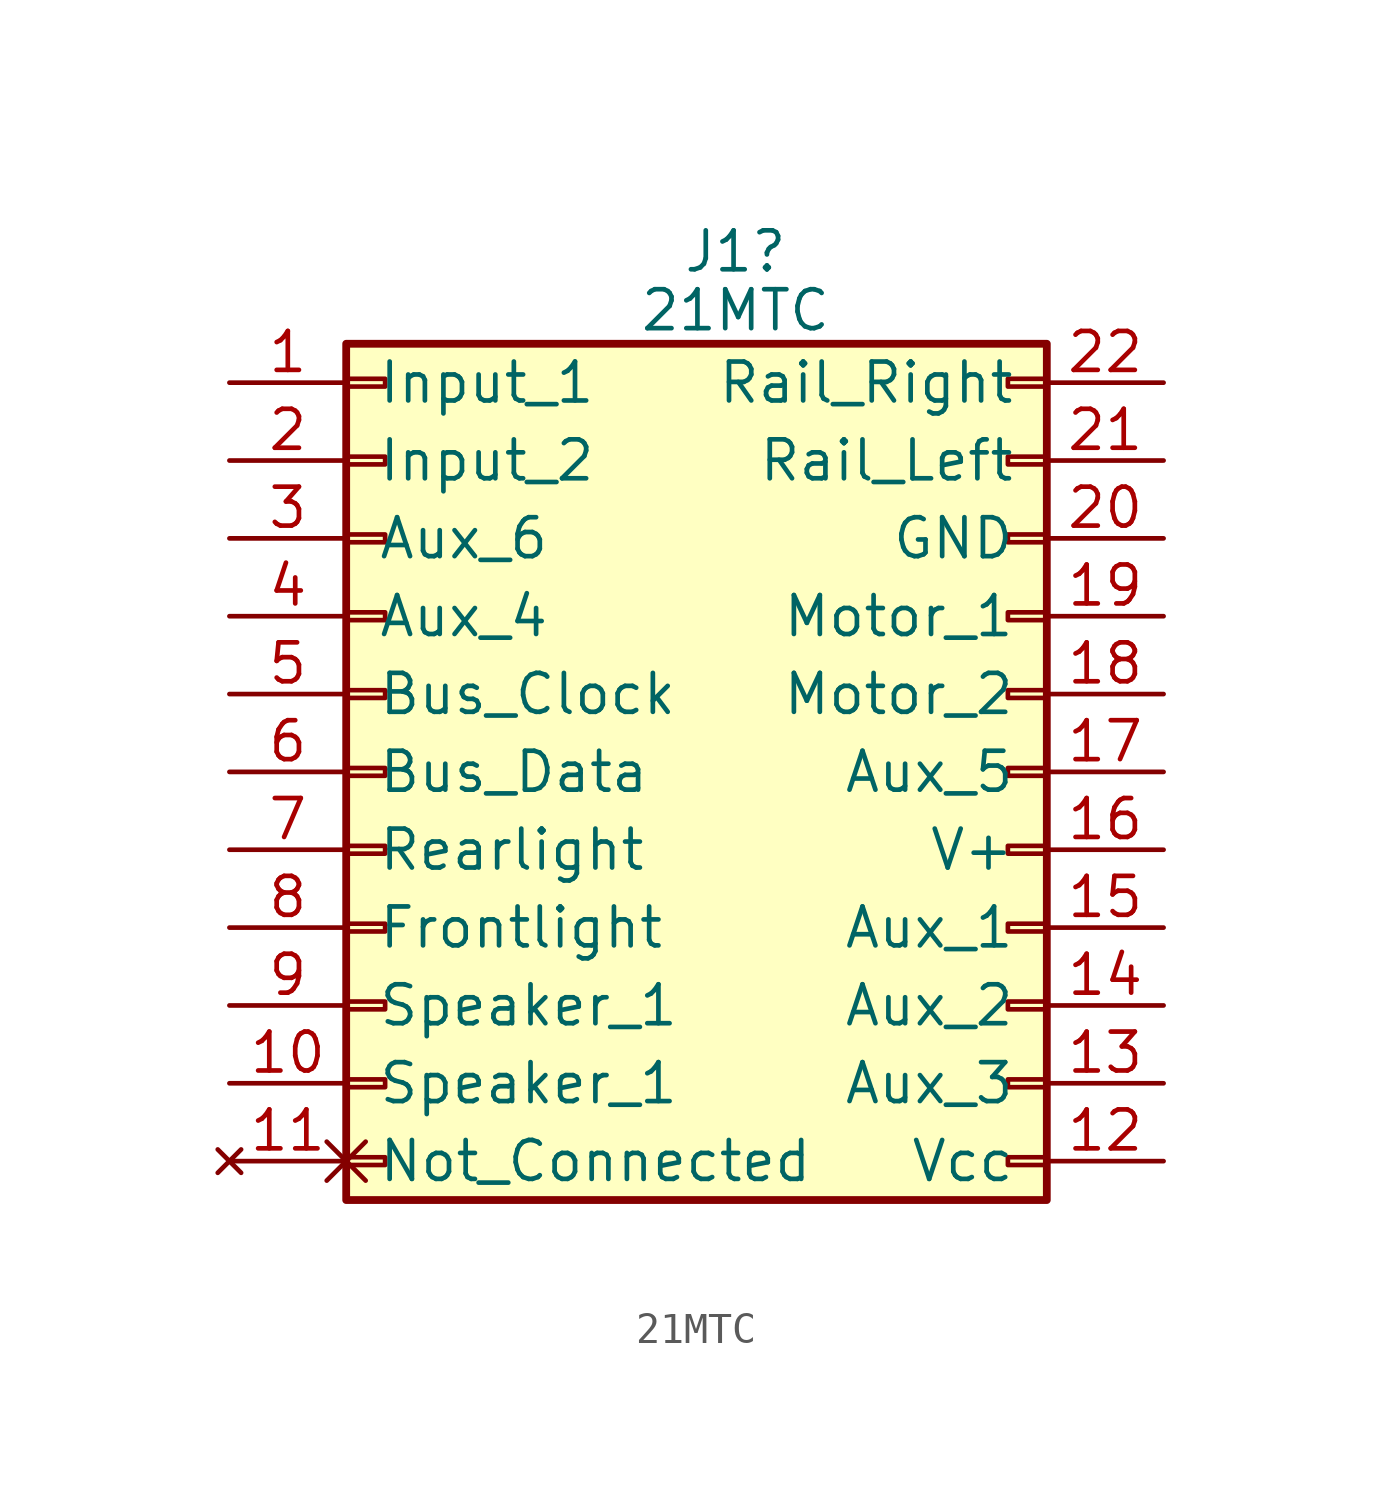
<source format=kicad_sym>
(kicad_symbol_lib
  (version 20220914)
  (generator kicad_symbol_editor)
  (symbol "21MTC"
    (pin_names
      (offset 1.016))
    (property "Reference" "J1"
      (at 1.27 16.98 0)
      (effects (font (size 1.27 1.27))))
    (property "Value" "21MTC"
      (at 1.27 15.059 0)
      (effects (font (size 1.27 1.27))))
    (symbol "21MTC_1_1"
      (rectangle (start -11.43 -12.573) (end -10.16 -12.827) (stroke (width 0.152) (type default)) (fill (type none)))
      (rectangle (start -11.43 -10.033) (end -10.16 -10.287) (stroke (width 0.152) (type default)) (fill (type none)))
      (rectangle (start -11.43 -7.493) (end -10.16 -7.747) (stroke (width 0.152) (type default)) (fill (type none)))
      (rectangle (start -11.43 -4.953) (end -10.16 -5.207) (stroke (width 0.152) (type default)) (fill (type none)))
      (rectangle (start -11.43 -2.413) (end -10.16 -2.667) (stroke (width 0.152) (type default)) (fill (type none)))
      (rectangle (start -11.43 0.127) (end -10.16 -0.127) (stroke (width 0.152) (type default)) (fill (type none)))
      (rectangle (start -11.43 2.667) (end -10.16 2.413) (stroke (width 0.152) (type default)) (fill (type none)))
      (rectangle (start -11.43 5.207) (end -10.16 4.953) (stroke (width 0.152) (type default)) (fill (type none)))
      (rectangle (start -11.43 7.747) (end -10.16 7.493) (stroke (width 0.152) (type default)) (fill (type none)))
      (rectangle (start -11.43 10.287) (end -10.16 10.033) (stroke (width 0.152) (type default)) (fill (type none)))
      (rectangle (start -11.43 12.827) (end -10.16 12.573) (stroke (width 0.152) (type default)) (fill (type none)))
      (rectangle (start -11.43 13.97) (end 11.43 -13.97) (stroke (width 0.254) (type default)) (fill (type background)))
      (rectangle (start 10.16 -2.413) (end 11.43 -2.667) (stroke (width 0.152) (type default)) (fill (type none)))
      (rectangle (start 11.43 -12.573) (end 10.16 -12.827) (stroke (width 0.152) (type default)) (fill (type none)))
      (rectangle (start 11.43 -10.033) (end 10.16 -10.287) (stroke (width 0.152) (type default)) (fill (type none)))
      (rectangle (start 11.43 -7.493) (end 10.16 -7.747) (stroke (width 0.152) (type default)) (fill (type none)))
      (rectangle (start 11.43 -4.953) (end 10.16 -5.207) (stroke (width 0.152) (type default)) (fill (type none)))
      (rectangle (start 11.43 0.127) (end 10.16 -0.127) (stroke (width 0.152) (type default)) (fill (type none)))
      (rectangle (start 11.43 2.667) (end 10.16 2.413) (stroke (width 0.152) (type default)) (fill (type none)))
      (rectangle (start 11.43 5.207) (end 10.16 4.953) (stroke (width 0.152) (type default)) (fill (type none)))
      (rectangle (start 11.43 7.747) (end 10.16 7.493) (stroke (width 0.152) (type default)) (fill (type none)))
      (rectangle (start 11.43 10.287) (end 10.16 10.033) (stroke (width 0.152) (type default)) (fill (type none)))
      (rectangle (start 11.43 12.827) (end 10.16 12.573) (stroke (width 0.152) (type default)) (fill (type none)))
      (pin passive line (at -15.24 12.7 0) (length 3.81) (name "Input_1" (effects (font (size 1.27 1.27)))) (number "1" (effects (font (size 1.27 1.27)))))
      (pin passive line (at -15.24 -10.16 0) (length 3.81) (name "Speaker_1" (effects (font (size 1.27 1.27)))) (number "10" (effects (font (size 1.27 1.27)))))
      (pin no_connect non_logic (at -15.24 -12.7 0) (length 3.81) (name "Not_Connected" (effects (font (size 1.27 1.27)))) (number "11" (effects (font (size 1.27 1.27)))))
      (pin passive line (at 15.24 -12.7 180) (length 3.81) (name "Vcc" (effects (font (size 1.27 1.27)))) (number "12" (effects (font (size 1.27 1.27)))))
      (pin passive line (at 15.24 -10.16 180) (length 3.81) (name "Aux_3" (effects (font (size 1.27 1.27)))) (number "13" (effects (font (size 1.27 1.27)))))
      (pin passive line (at 15.24 -7.62 180) (length 3.81) (name "Aux_2" (effects (font (size 1.27 1.27)))) (number "14" (effects (font (size 1.27 1.27)))))
      (pin passive line (at 15.24 -5.08 180) (length 3.81) (name "Aux_1" (effects (font (size 1.27 1.27)))) (number "15" (effects (font (size 1.27 1.27)))))
      (pin passive line (at 15.24 -2.54 180) (length 3.81) (name "V+" (effects (font (size 1.27 1.27)))) (number "16" (effects (font (size 1.27 1.27)))))
      (pin passive line (at 15.24 0 180) (length 3.81) (name "Aux_5" (effects (font (size 1.27 1.27)))) (number "17" (effects (font (size 1.27 1.27)))))
      (pin passive line (at 15.24 2.54 180) (length 3.81) (name "Motor_2" (effects (font (size 1.27 1.27)))) (number "18" (effects (font (size 1.27 1.27)))))
      (pin passive line (at 15.24 5.08 180) (length 3.81) (name "Motor_1" (effects (font (size 1.27 1.27)))) (number "19" (effects (font (size 1.27 1.27)))))
      (pin passive line (at -15.24 10.16 0) (length 3.81) (name "Input_2" (effects (font (size 1.27 1.27)))) (number "2" (effects (font (size 1.27 1.27)))))
      (pin passive line (at 15.24 7.62 180) (length 3.81) (name "GND" (effects (font (size 1.27 1.27)))) (number "20" (effects (font (size 1.27 1.27)))))
      (pin passive line (at 15.24 10.16 180) (length 3.81) (name "Rail_Left" (effects (font (size 1.27 1.27)))) (number "21" (effects (font (size 1.27 1.27)))))
      (pin passive line (at 15.24 12.7 180) (length 3.81) (name "Rail_Right" (effects (font (size 1.27 1.27)))) (number "22" (effects (font (size 1.27 1.27)))))
      (pin passive line (at -15.24 7.62 0) (length 3.81) (name "Aux_6" (effects (font (size 1.27 1.27)))) (number "3" (effects (font (size 1.27 1.27)))))
      (pin passive line (at -15.24 5.08 0) (length 3.81) (name "Aux_4" (effects (font (size 1.27 1.27)))) (number "4" (effects (font (size 1.27 1.27)))))
      (pin passive line (at -15.24 2.54 0) (length 3.81) (name "Bus_Clock" (effects (font (size 1.27 1.27)))) (number "5" (effects (font (size 1.27 1.27)))))
      (pin passive line (at -15.24 0 0) (length 3.81) (name "Bus_Data" (effects (font (size 1.27 1.27)))) (number "6" (effects (font (size 1.27 1.27)))))
      (pin passive line (at -15.24 -2.54 0) (length 3.81) (name "Rearlight" (effects (font (size 1.27 1.27)))) (number "7" (effects (font (size 1.27 1.27)))))
      (pin passive line (at -15.24 -5.08 0) (length 3.81) (name "Frontlight" (effects (font (size 1.27 1.27)))) (number "8" (effects (font (size 1.27 1.27)))))
      (pin passive line (at -15.24 -7.62 0) (length 3.81) (name "Speaker_1" (effects (font (size 1.27 1.27)))) (number "9" (effects (font (size 1.27 1.27))))))))
</source>
